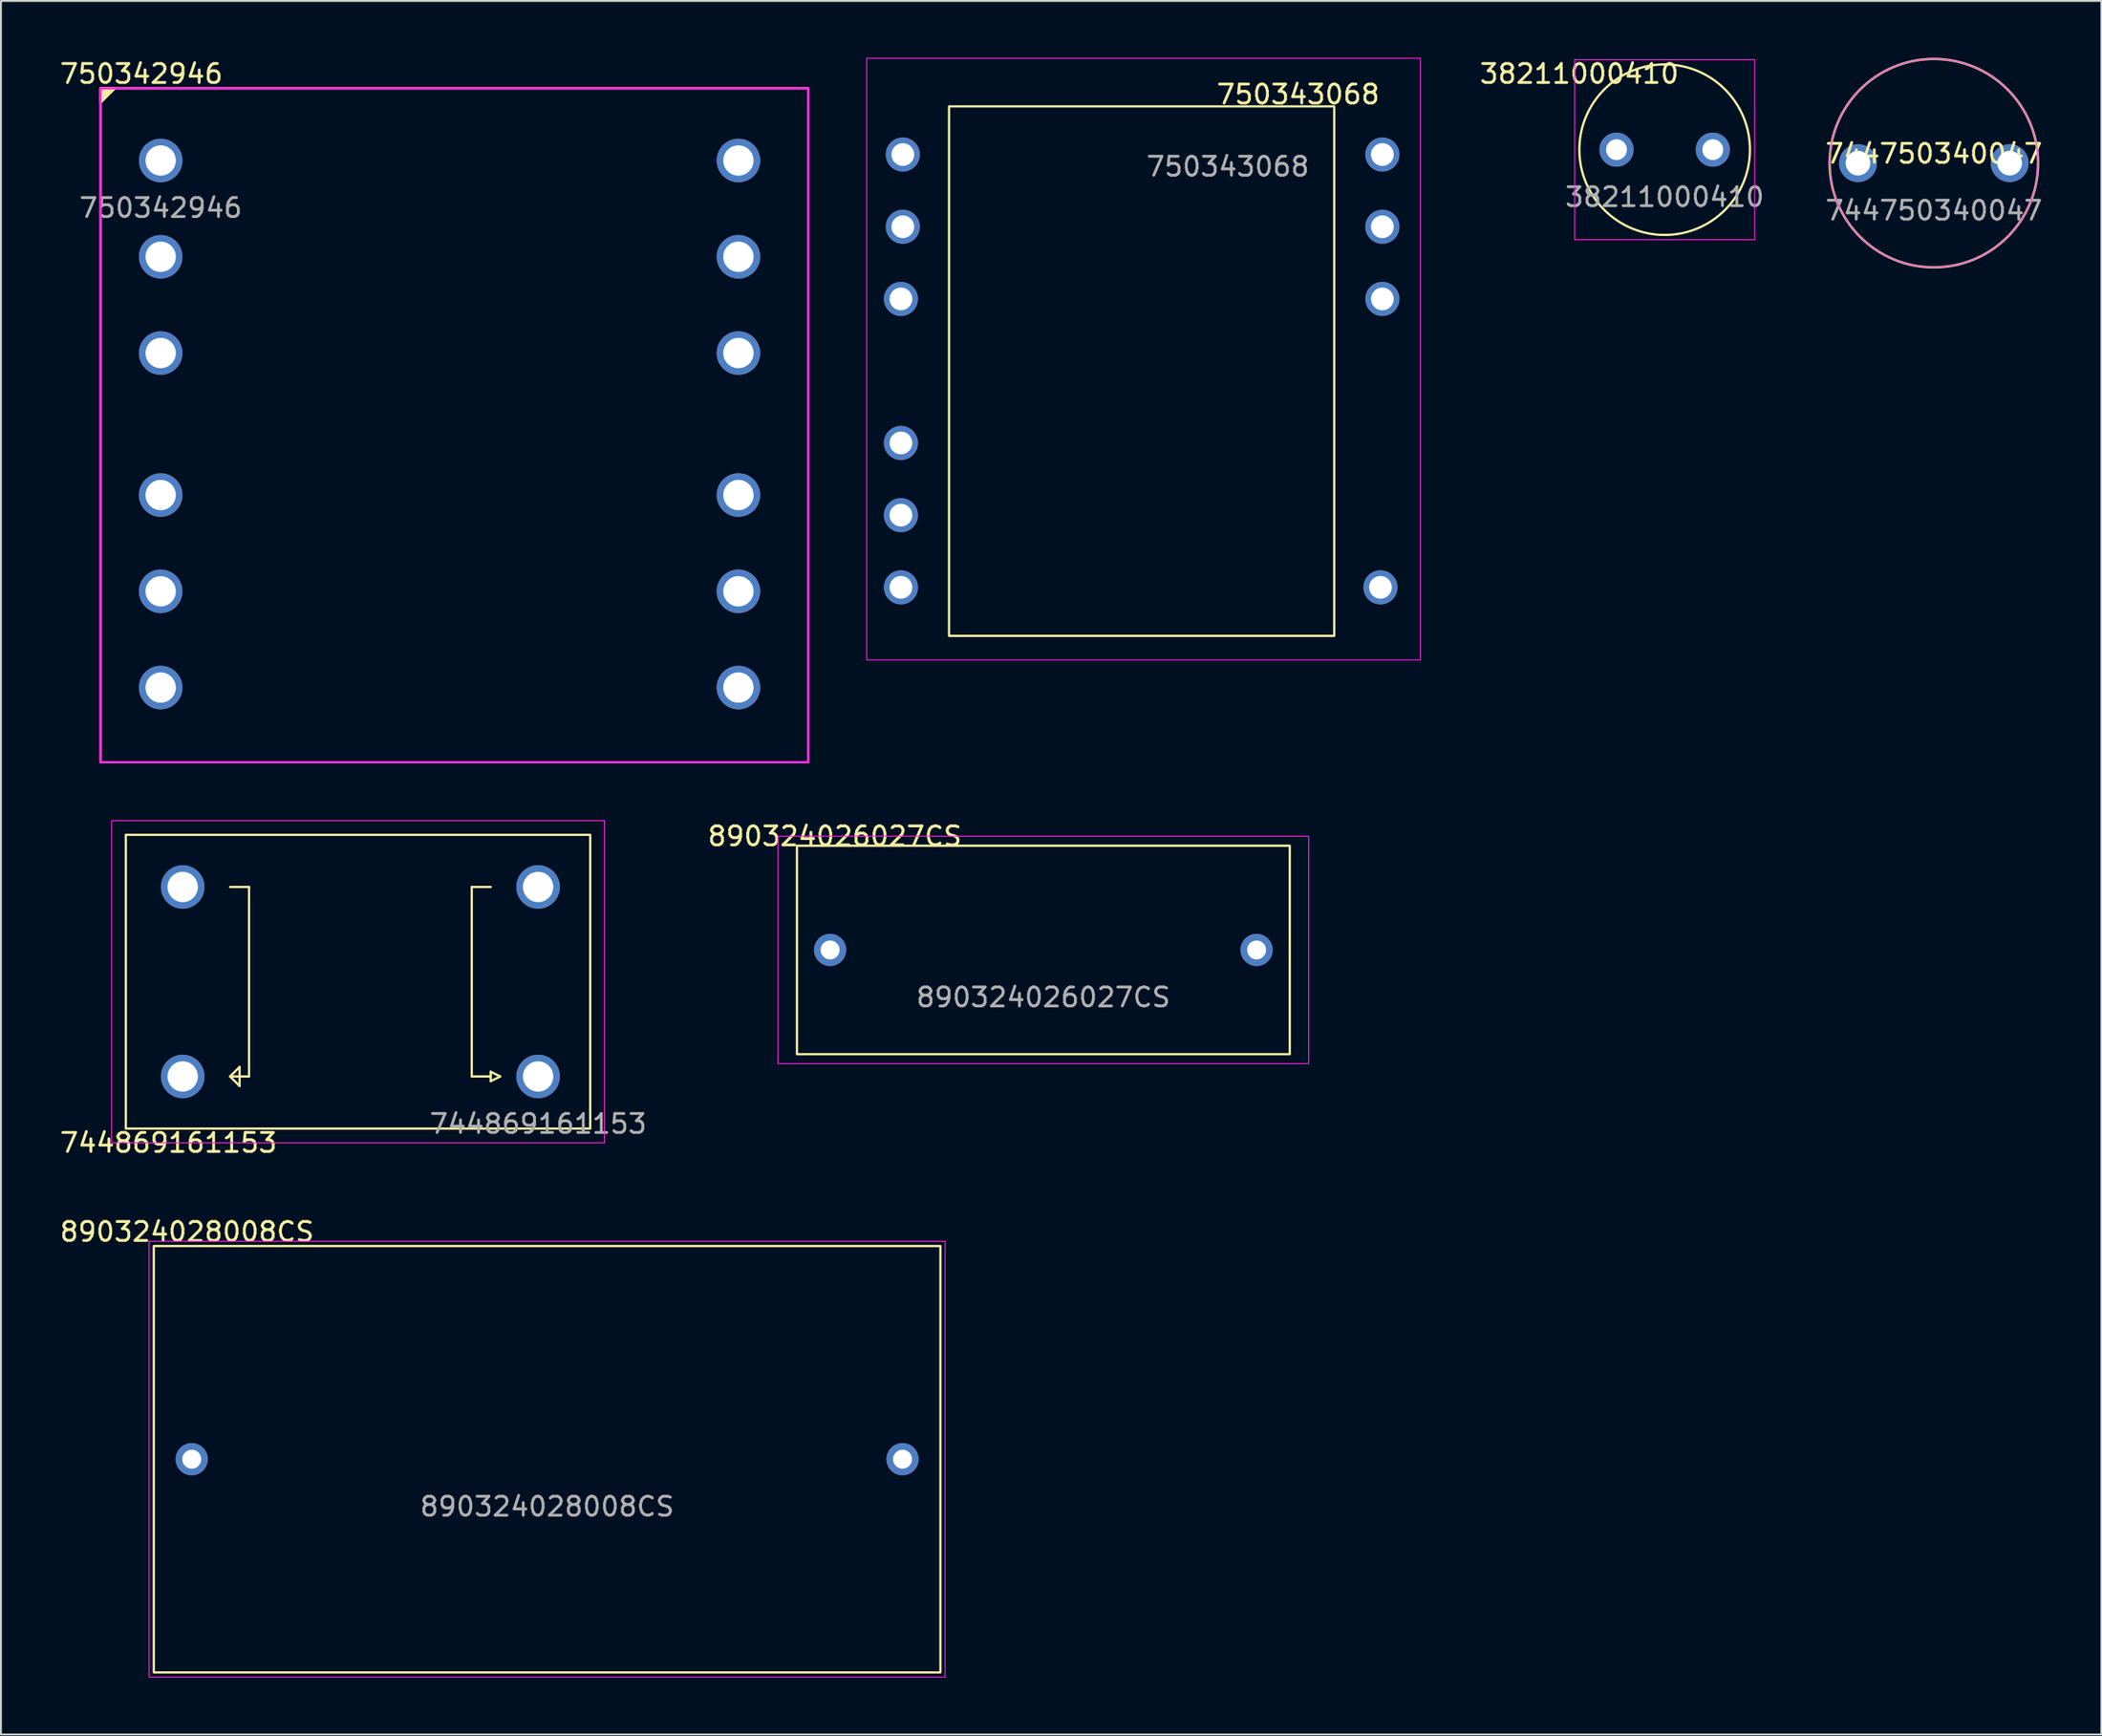
<source format=kicad_pcb>
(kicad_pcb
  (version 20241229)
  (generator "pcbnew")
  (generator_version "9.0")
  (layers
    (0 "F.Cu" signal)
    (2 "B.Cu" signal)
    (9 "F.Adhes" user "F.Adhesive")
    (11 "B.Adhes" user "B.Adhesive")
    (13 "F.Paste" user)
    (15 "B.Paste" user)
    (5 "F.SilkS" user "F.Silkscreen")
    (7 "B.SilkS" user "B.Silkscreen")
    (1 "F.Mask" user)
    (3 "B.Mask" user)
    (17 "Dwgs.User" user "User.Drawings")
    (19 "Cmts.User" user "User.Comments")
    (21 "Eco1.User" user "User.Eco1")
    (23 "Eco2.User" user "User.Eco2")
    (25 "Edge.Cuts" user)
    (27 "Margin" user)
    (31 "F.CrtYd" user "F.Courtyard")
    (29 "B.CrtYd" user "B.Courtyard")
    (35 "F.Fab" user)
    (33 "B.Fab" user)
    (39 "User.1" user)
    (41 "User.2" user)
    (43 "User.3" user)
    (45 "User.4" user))
  (footprint "38211000410"
    (layer "F.Cu")
    (at 84.773 4.848)
    (property "Reference" "38211000410" (at -4.5 -4 0) (unlocked yes) (layer "F.SilkS") (effects (font (size 1 1) (thickness 0.15))))
    (attr through_hole)
    (fp_circle (center 0 0) (end 4.5 0) (stroke (width 0.12) (type default)) (fill no) (layer "F.SilkS"))
    (fp_poly (pts (xy 4.75 -4.75) (xy 4.75 4.75) (xy -4.75 4.75) (xy -4.75 -4.75)) (stroke (width 0.05) (type solid)) (fill no) (layer "F.CrtYd"))
    (fp_text user "${REFERENCE}" (at 0 2.5 0) (unlocked yes) (layer "F.Fab") (effects (font (size 1 1) (thickness 0.15))))
    (pad "1" thru_hole circle (at -2.54 0) (size 1.8 1.8) (drill 1.1) (layers "*.Cu" "*.Mask"))
    (pad "2" thru_hole circle (at 2.54 0) (size 1.8 1.8) (drill 1.1) (layers "*.Cu" "*.Mask")))
  (footprint "750343068"
    (layer "F.Cu")
    (at 44.58 5.105)
    (property "Reference" "750343068" (at 20.855 -3.175 0) (unlocked yes) (layer "F.SilkS") (effects (font (size 1 1) (thickness 0.15))))
    (attr through_hole)
    (fp_rect (start 22.76 -2.54) (end 2.44 25.4) (stroke (width 0.12) (type default)) (fill no) (layer "F.SilkS"))
    (fp_rect (start 27.305 -5.08) (end -1.905 26.67) (stroke (width 0.05) (type default)) (fill no) (layer "F.CrtYd"))
    (fp_text user "${REFERENCE}" (at 17.145 0.635 0) (unlocked yes) (layer "F.Fab") (effects (font (size 1 1) (thickness 0.15))))
    (pad "1" thru_hole circle (at 0 0) (size 1.8 1.8) (drill 1.2) (layers "*.Cu" "*.Mask"))
    (pad "2" thru_hole circle (at 0 3.81) (size 1.8 1.8) (drill 1.2) (layers "*.Cu" "*.Mask"))
    (pad "3" thru_hole circle (at -0.1 7.62) (size 1.8 1.8) (drill 1.2) (layers "*.Cu" "*.Mask"))
    (pad "4" thru_hole circle (at -0.1 15.22) (size 1.8 1.8) (drill 1.2) (layers "*.Cu" "*.Mask"))
    (pad "5" thru_hole circle (at -0.1 19.03) (size 1.8 1.8) (drill 1.2) (layers "*.Cu" "*.Mask"))
    (pad "6" thru_hole circle (at -0.1 22.84) (size 1.8 1.8) (drill 1.2) (layers "*.Cu" "*.Mask"))
    (pad "7" thru_hole circle (at 25.2 22.84) (size 1.8 1.8) (drill 1.2) (layers "*.Cu" "*.Mask"))
    (pad "10" thru_hole circle (at 25.3 7.62) (size 1.8 1.8) (drill 1.2) (layers "*.Cu" "*.Mask"))
    (pad "11" thru_hole circle (at 25.3 3.81) (size 1.8 1.8) (drill 1.2) (layers "*.Cu" "*.Mask"))
    (pad "12" thru_hole circle (at 25.3 0) (size 1.8 1.8) (drill 1.2) (layers "*.Cu" "*.Mask")))
  (footprint "750342946"
    (layer "F.Cu")
    (at 5.427 5.42)
    (property "Reference" "750342946" (at -1.016 -4.572 0) (unlocked yes) (layer "F.SilkS") (effects (font (size 1 1) (thickness 0.15))))
    (attr through_hole)
    (fp_rect (start -3.175 -3.81) (end 34.163 31.75) (stroke (width 0.12) (type default)) (fill no) (layer "F.SilkS"))
    (fp_poly (pts (xy -3.175 -3.81) (xy -3.175 -3.048) (xy -2.413 -3.81)) (stroke (width 0.12) (type solid)) (fill yes) (layer "F.SilkS"))
    (fp_rect (start -3.175 -3.81) (end 34.163 31.75) (stroke (width 0.12) (type default)) (fill no) (layer "F.CrtYd"))
    (fp_text user "${REFERENCE}" (at 0 2.5 0) (unlocked yes) (layer "F.Fab") (effects (font (size 1 1) (thickness 0.15))))
    (pad "1" thru_hole circle (at 0 0) (size 2.3 2.3) (drill 1.6) (layers "*.Cu" "*.Mask"))
    (pad "2" thru_hole circle (at 0 5.08) (size 2.3 2.3) (drill 1.6) (layers "*.Cu" "*.Mask"))
    (pad "3" thru_hole circle (at 0 10.16) (size 2.3 2.3) (drill 1.6) (layers "*.Cu" "*.Mask"))
    (pad "4" thru_hole circle (at 0 17.653) (size 2.3 2.3) (drill 1.6) (layers "*.Cu" "*.Mask"))
    (pad "5" thru_hole circle (at 0 22.733) (size 2.3 2.3) (drill 1.6) (layers "*.Cu" "*.Mask"))
    (pad "6" thru_hole circle (at 0 27.813) (size 2.3 2.3) (drill 1.6) (layers "*.Cu" "*.Mask"))
    (pad "7" thru_hole circle (at 30.48 27.813) (size 2.3 2.3) (drill 1.6) (layers "*.Cu" "*.Mask"))
    (pad "8" thru_hole circle (at 30.48 22.733) (size 2.3 2.3) (drill 1.6) (layers "*.Cu" "*.Mask"))
    (pad "9" thru_hole circle (at 30.48 17.653) (size 2.3 2.3) (drill 1.6) (layers "*.Cu" "*.Mask"))
    (pad "10" thru_hole circle (at 30.48 10.16) (size 2.3 2.3) (drill 1.6) (layers "*.Cu" "*.Mask"))
    (pad "11" thru_hole circle (at 30.48 5.08) (size 2.3 2.3) (drill 1.6) (layers "*.Cu" "*.Mask"))
    (pad "12" thru_hole circle (at 30.48 0) (size 2.3 2.3) (drill 1.6) (layers "*.Cu" "*.Mask")))
  (footprint "890324028008CS"
    (layer "F.Cu")
    (at 25.815 73.952)
    (property "Reference" "890324028008CS" (at -19 -12 0) (unlocked yes) (layer "F.SilkS") (effects (font (size 1 1) (thickness 0.15))))
    (attr through_hole)
    (fp_rect (start -20.75 -11.25) (end 20.75 11.25) (stroke (width 0.12) (type default)) (fill no) (layer "F.SilkS"))
    (fp_rect (start -21 -11.5) (end 21 11.5) (stroke (width 0.05) (type default)) (fill no) (layer "F.CrtYd"))
    (fp_text user "${REFERENCE}" (at 0 2.5 0) (unlocked yes) (layer "F.Fab") (effects (font (size 1 1) (thickness 0.15))))
    (pad "1" thru_hole circle (at -18.75 0) (size 1.7 1.7) (drill 1) (layers "*.Cu" "*.Mask"))
    (pad "2" thru_hole circle (at 18.75 0) (size 1.7 1.7) (drill 1) (layers "*.Cu" "*.Mask")))
  (footprint "744750340047"
    (layer "F.Cu")
    (at 98.975 5.56)
    (property "Reference" "744750340047" (at 0 -0.5 0) (unlocked yes) (layer "F.SilkS") (effects (font (size 1 1) (thickness 0.15))))
    (attr through_hole)
    (fp_circle (center 0 0) (end 5.5 0) (stroke (width 0.12) (type default)) (fill no) (layer "F.SilkS"))
    (fp_circle (center 0 0) (end 5.5 0) (stroke (width 0.05) (type default)) (fill no) (layer "F.CrtYd"))
    (fp_text user "${REFERENCE}" (at 0 2.5 0) (unlocked yes) (layer "F.Fab") (effects (font (size 1 1) (thickness 0.15))))
    (pad "1" thru_hole circle (at -4 0) (size 2 2) (drill 1.3) (layers "*.Cu" "*.Mask"))
    (pad "2" thru_hole circle (at 4 0) (size 2 2) (drill 1.3) (layers "*.Cu" "*.Mask")))
  (footprint "890324026027CS"
    (layer "F.Cu")
    (at 51.994 47.078)
    (property "Reference" "890324026027CS" (at -11 -6 0) (unlocked yes) (layer "F.SilkS") (effects (font (size 1 1) (thickness 0.15))))
    (attr through_hole)
    (fp_rect (start -13 -5.5) (end 13 5.5) (stroke (width 0.12) (type default)) (fill no) (layer "F.SilkS"))
    (fp_rect (start 14 -6) (end -14 6) (stroke (width 0.05) (type default)) (fill no) (layer "F.CrtYd"))
    (fp_text user "${REFERENCE}" (at 0 2.5 0) (unlocked yes) (layer "F.Fab") (effects (font (size 1 1) (thickness 0.15))))
    (pad "1" thru_hole circle (at -11.25 0) (size 1.7 1.7) (drill 1) (layers "*.Cu" "*.Mask"))
    (pad "2" thru_hole circle (at 11.25 0) (size 1.7 1.7) (drill 1) (layers "*.Cu" "*.Mask")))
  (footprint "744869161153"
    (layer "F.Cu")
    (at 25.339 53.755)
    (property "Reference" "744869161153" (at -19.5 3.5 0) (unlocked yes) (layer "F.SilkS") (effects (font (size 1 1) (thickness 0.15))))
    (attr through_hole)
    (fp_line (start -16.25 0) (end -15.75 -0.5) (stroke (width 0.12) (type default)) (layer "F.SilkS"))
    (fp_line (start -16.25 0) (end -15.25 0) (stroke (width 0.12) (type default)) (layer "F.SilkS"))
    (fp_line (start -15.75 -0.5) (end -15.75 0.5) (stroke (width 0.12) (type default)) (layer "F.SilkS"))
    (fp_line (start -15.75 0.5) (end -16.25 0) (stroke (width 0.12) (type default)) (layer "F.SilkS"))
    (fp_line (start -15.25 -10) (end -16.25 -10) (stroke (width 0.12) (type default)) (layer "F.SilkS"))
    (fp_line (start -15.25 0) (end -15.25 -10) (stroke (width 0.12) (type default)) (layer "F.SilkS"))
    (fp_line (start -3.5 -10) (end -3.5 0) (stroke (width 0.12) (type default)) (layer "F.SilkS"))
    (fp_line (start -3.5 0) (end -2.5 0) (stroke (width 0.12) (type default)) (layer "F.SilkS"))
    (fp_line (start -2.5 -10) (end -3.5 -10) (stroke (width 0.12) (type default)) (layer "F.SilkS"))
    (fp_line (start -2.5 -0.25) (end -2 0) (stroke (width 0.12) (type default)) (layer "F.SilkS"))
    (fp_line (start -2.5 0.25) (end -2.5 -0.25) (stroke (width 0.12) (type default)) (layer "F.SilkS"))
    (fp_line (start -2 0) (end -2.5 0.25) (stroke (width 0.12) (type default)) (layer "F.SilkS"))
    (fp_rect (start -21.75 -12.75) (end 2.75 2.75) (stroke (width 0.12) (type default)) (fill no) (layer "F.SilkS"))
    (fp_rect (start -22.5 -13.5) (end 3.5 3.5) (stroke (width 0.05) (type default)) (fill no) (layer "F.CrtYd"))
    (fp_text user "${REFERENCE}" (at 0 2.5 0) (unlocked yes) (layer "F.Fab") (effects (font (size 1 1) (thickness 0.15))))
    (pad "1" thru_hole circle (at 0 0) (size 2.3 2.3) (drill 1.6) (layers "*.Cu" "*.Mask"))
    (pad "2" thru_hole circle (at 0 -10) (size 2.3 2.3) (drill 1.6) (layers "*.Cu" "*.Mask"))
    (pad "3" thru_hole circle (at -18.75 0) (size 2.3 2.3) (drill 1.6) (layers "*.Cu" "*.Mask"))
    (pad "4" thru_hole circle (at -18.75 -10) (size 2.3 2.3) (drill 1.6) (layers "*.Cu" "*.Mask")))
  (gr_rect
    (start -3 -3)
    (end 107.814 88.477)
    (stroke (width 0.1) (type default))
    (fill no)
    (layer "Edge.Cuts")))
</source>
